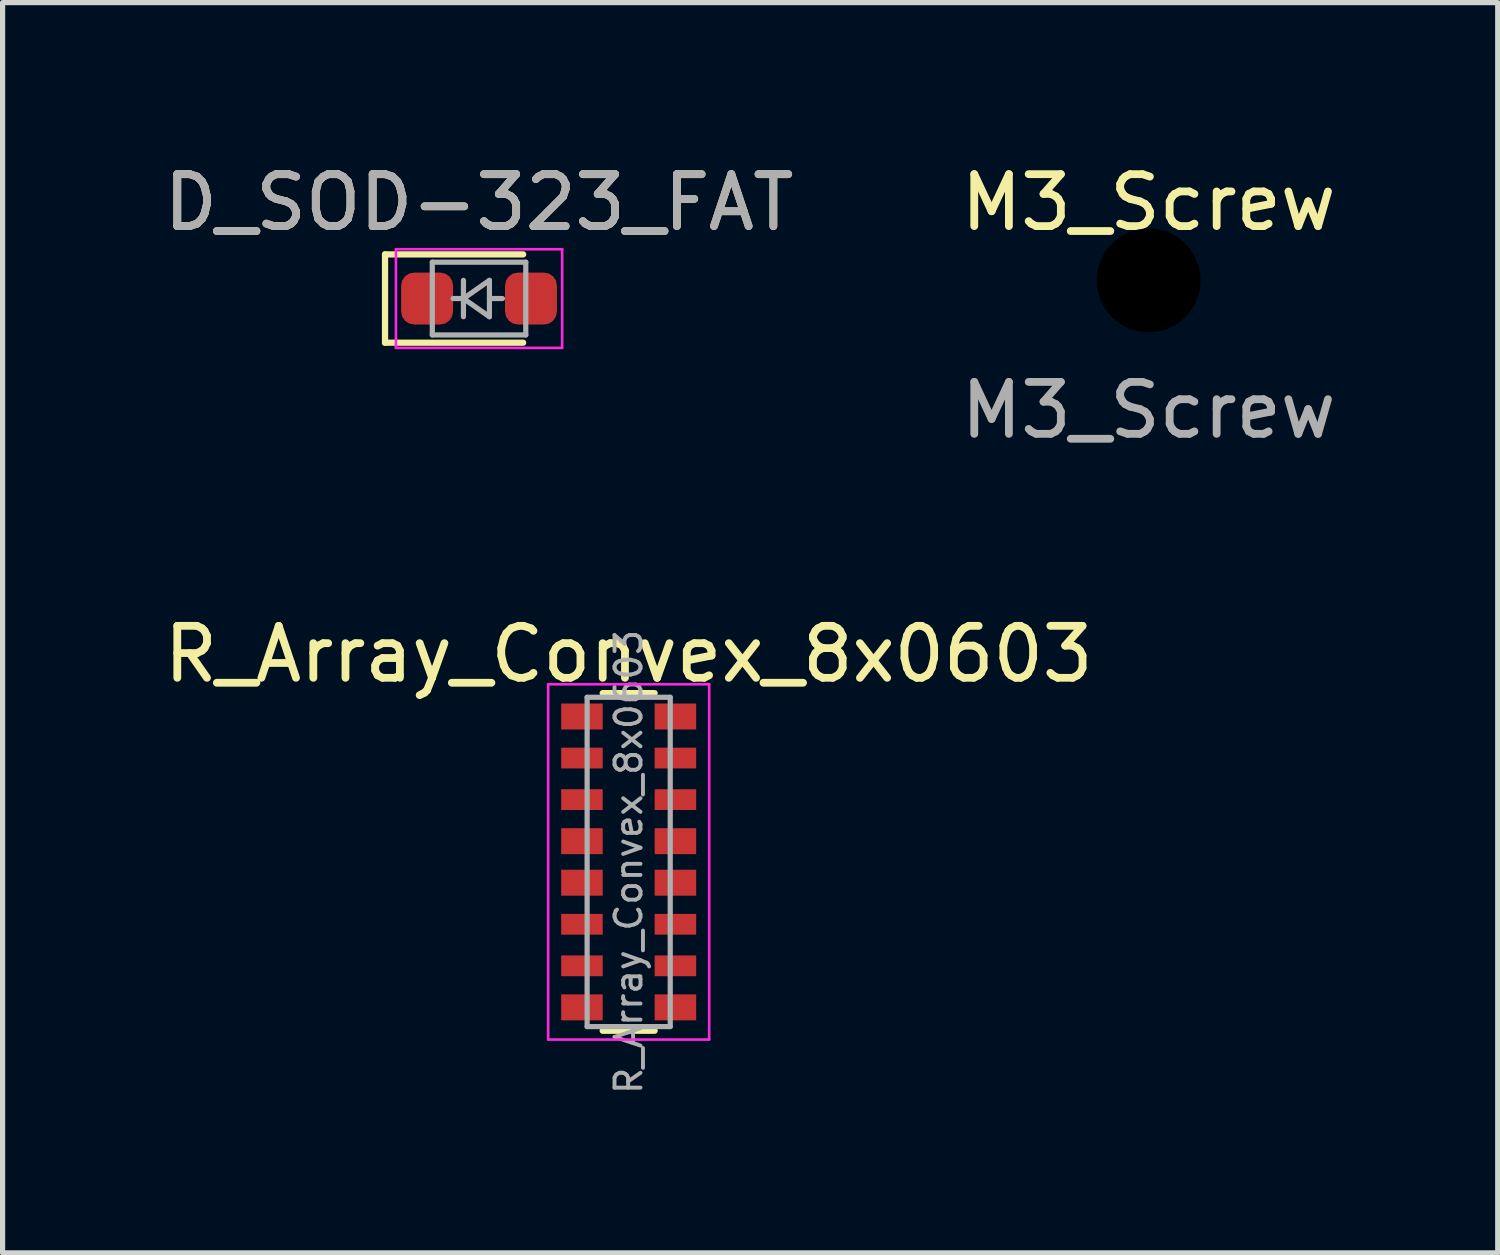
<source format=kicad_pcb>
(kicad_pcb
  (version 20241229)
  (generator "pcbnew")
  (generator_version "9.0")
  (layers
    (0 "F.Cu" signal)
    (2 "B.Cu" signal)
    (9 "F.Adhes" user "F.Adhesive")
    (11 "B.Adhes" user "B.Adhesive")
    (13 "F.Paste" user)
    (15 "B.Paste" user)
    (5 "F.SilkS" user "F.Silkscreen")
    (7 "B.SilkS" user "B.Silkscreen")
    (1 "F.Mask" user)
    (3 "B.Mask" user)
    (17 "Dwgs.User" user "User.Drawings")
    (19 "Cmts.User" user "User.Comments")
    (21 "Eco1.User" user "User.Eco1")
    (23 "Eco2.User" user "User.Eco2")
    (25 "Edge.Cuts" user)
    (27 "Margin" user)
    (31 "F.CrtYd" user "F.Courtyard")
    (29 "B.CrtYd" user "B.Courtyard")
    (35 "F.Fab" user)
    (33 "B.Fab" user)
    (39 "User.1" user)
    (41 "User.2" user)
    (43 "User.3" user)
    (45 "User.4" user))
  (footprint "D_SOD-323_FAT"
    (layer "F.Cu")
    (at 6.173 2.698)
    (property "Reference" "D_SOD-323_FAT" (at 0 -1.85 0) (layer "F.SilkS") (effects (font (size 1 1) (thickness 0.15))))
    (attr smd)
    (fp_line (start -1.81 -0.85) (end -1.81 0.85) (stroke (width 0.12) (type solid)) (layer "F.SilkS"))
    (fp_line (start -1.81 -0.85) (end 0.85 -0.85) (stroke (width 0.12) (type solid)) (layer "F.SilkS"))
    (fp_line (start -1.81 0.85) (end 0.85 0.85) (stroke (width 0.12) (type solid)) (layer "F.SilkS"))
    (fp_line (start -1.6 -0.95) (end -1.6 0.95) (stroke (width 0.05) (type solid)) (layer "F.CrtYd"))
    (fp_line (start -1.6 -0.95) (end 1.6 -0.95) (stroke (width 0.05) (type solid)) (layer "F.CrtYd"))
    (fp_line (start -1.6 0.95) (end 1.6 0.95) (stroke (width 0.05) (type solid)) (layer "F.CrtYd"))
    (fp_line (start 1.6 -0.95) (end 1.6 0.95) (stroke (width 0.05) (type solid)) (layer "F.CrtYd"))
    (fp_line (start -0.9 -0.7) (end 0.9 -0.7) (stroke (width 0.1) (type solid)) (layer "F.Fab"))
    (fp_line (start -0.9 0.7) (end -0.9 -0.7) (stroke (width 0.1) (type solid)) (layer "F.Fab"))
    (fp_line (start -0.3 -0.35) (end -0.3 0.35) (stroke (width 0.1) (type solid)) (layer "F.Fab"))
    (fp_line (start -0.3 0) (end -0.5 0) (stroke (width 0.1) (type solid)) (layer "F.Fab"))
    (fp_line (start -0.3 0) (end 0.2 -0.35) (stroke (width 0.1) (type solid)) (layer "F.Fab"))
    (fp_line (start 0.2 -0.35) (end 0.2 0.35) (stroke (width 0.1) (type solid)) (layer "F.Fab"))
    (fp_line (start 0.2 0) (end 0.45 0) (stroke (width 0.1) (type solid)) (layer "F.Fab"))
    (fp_line (start 0.2 0.35) (end -0.3 0) (stroke (width 0.1) (type solid)) (layer "F.Fab"))
    (fp_line (start 0.9 -0.7) (end 0.9 0.7) (stroke (width 0.1) (type solid)) (layer "F.Fab"))
    (fp_line (start 0.9 0.7) (end -0.9 0.7) (stroke (width 0.1) (type solid)) (layer "F.Fab"))
    (fp_text user "${REFERENCE}" (at 0 -1.85 0) (layer "F.Fab") (effects (font (size 1 1) (thickness 0.15))))
    (pad "1" smd roundrect (at -1 0) (size 1 1) (layers "F.Cu" "F.Mask" "F.Paste") (roundrect_rratio 0.25))
    (pad "2" smd roundrect (at 1 0) (size 1 1) (layers "F.Cu" "F.Mask" "F.Paste") (roundrect_rratio 0.25)))
  (footprint "R_Array_Convex_8x0603"
    (layer "F.Cu")
    (at 9.054 13.545)
    (property "Reference" "R_Array_Convex_8x0603" (at 0 -4 0) (layer "F.SilkS") (effects (font (size 1 1) (thickness 0.15))))
    (attr smd)
    (fp_line (start 0.5 -3.25) (end -0.5 -3.25) (stroke (width 0.12) (type solid)) (layer "F.SilkS"))
    (fp_line (start 0.5 3.25) (end -0.5 3.25) (stroke (width 0.12) (type solid)) (layer "F.SilkS"))
    (fp_line (start -1.55 -3.42) (end -1.55 3.42) (stroke (width 0.05) (type solid)) (layer "F.CrtYd"))
    (fp_line (start -1.55 -3.42) (end 1.55 -3.42) (stroke (width 0.05) (type solid)) (layer "F.CrtYd"))
    (fp_line (start 1.55 3.42) (end -1.55 3.42) (stroke (width 0.05) (type solid)) (layer "F.CrtYd"))
    (fp_line (start 1.55 3.42) (end 1.55 -3.42) (stroke (width 0.05) (type solid)) (layer "F.CrtYd"))
    (fp_line (start -0.8 -3.17) (end 0.8 -3.17) (stroke (width 0.1) (type solid)) (layer "F.Fab"))
    (fp_line (start -0.8 3.17) (end -0.8 -3.17) (stroke (width 0.1) (type solid)) (layer "F.Fab"))
    (fp_line (start 0.8 -3.17) (end 0.8 3.17) (stroke (width 0.1) (type solid)) (layer "F.Fab"))
    (fp_line (start 0.8 3.17) (end -0.8 3.17) (stroke (width 0.1) (type solid)) (layer "F.Fab"))
    (fp_text user "${REFERENCE}" (at 0 0 90) (layer "F.Fab") (effects (font (size 0.5 0.5) (thickness 0.075))))
    (pad "1" smd rect (at -0.9 -2.8) (size 0.8 0.5) (layers "F.Cu" "F.Mask" "F.Paste"))
    (pad "2" smd rect (at -0.9 -2) (size 0.8 0.4) (layers "F.Cu" "F.Mask" "F.Paste"))
    (pad "3" smd rect (at -0.9 -1.2) (size 0.8 0.4) (layers "F.Cu" "F.Mask" "F.Paste"))
    (pad "4" smd rect (at -0.9 -0.4) (size 0.8 0.5) (layers "F.Cu" "F.Mask" "F.Paste"))
    (pad "5" smd rect (at -0.9 0.4) (size 0.8 0.5) (layers "F.Cu" "F.Mask" "F.Paste"))
    (pad "6" smd rect (at -0.9 1.2) (size 0.8 0.4) (layers "F.Cu" "F.Mask" "F.Paste"))
    (pad "7" smd rect (at -0.9 2) (size 0.8 0.4) (layers "F.Cu" "F.Mask" "F.Paste"))
    (pad "8" smd rect (at -0.9 2.8) (size 0.8 0.5) (layers "F.Cu" "F.Mask" "F.Paste"))
    (pad "9" smd rect (at 0.9 2.8) (size 0.8 0.5) (layers "F.Cu" "F.Mask" "F.Paste"))
    (pad "10" smd rect (at 0.9 2) (size 0.8 0.4) (layers "F.Cu" "F.Mask" "F.Paste"))
    (pad "11" smd rect (at 0.9 1.2) (size 0.8 0.4) (layers "F.Cu" "F.Mask" "F.Paste"))
    (pad "12" smd rect (at 0.9 0.4) (size 0.8 0.5) (layers "F.Cu" "F.Mask" "F.Paste"))
    (pad "13" smd rect (at 0.9 -0.4) (size 0.8 0.5) (layers "F.Cu" "F.Mask" "F.Paste"))
    (pad "14" smd rect (at 0.9 -1.2) (size 0.8 0.4) (layers "F.Cu" "F.Mask" "F.Paste"))
    (pad "15" smd rect (at 0.9 -2) (size 0.8 0.4) (layers "F.Cu" "F.Mask" "F.Paste"))
    (pad "16" smd rect (at 0.9 -2.8) (size 0.8 0.5) (layers "F.Cu" "F.Mask" "F.Paste")))
  (footprint "M3_Screw"
    (layer "F.Cu")
    (at 19.065 2.348)
    (property "Reference" "M3_Screw" (at 0 -1.5 0) (unlocked yes) (layer "F.SilkS") (effects (font (size 1 1) (thickness 0.15))))
    (attr smd)
    (fp_text user "${REFERENCE}" (at 0 2.5 0) (unlocked yes) (layer "F.Fab") (effects (font (size 1 1) (thickness 0.15))))
    (pad "" np_thru_hole circle (at 0 0) (size 2 2) (drill 3) (layers "*.Mask")))
  (gr_rect
    (start -3 -3)
    (end 25.786 21.072)
    (stroke (width 0.1) (type default))
    (fill no)
    (layer "Edge.Cuts")))
</source>
